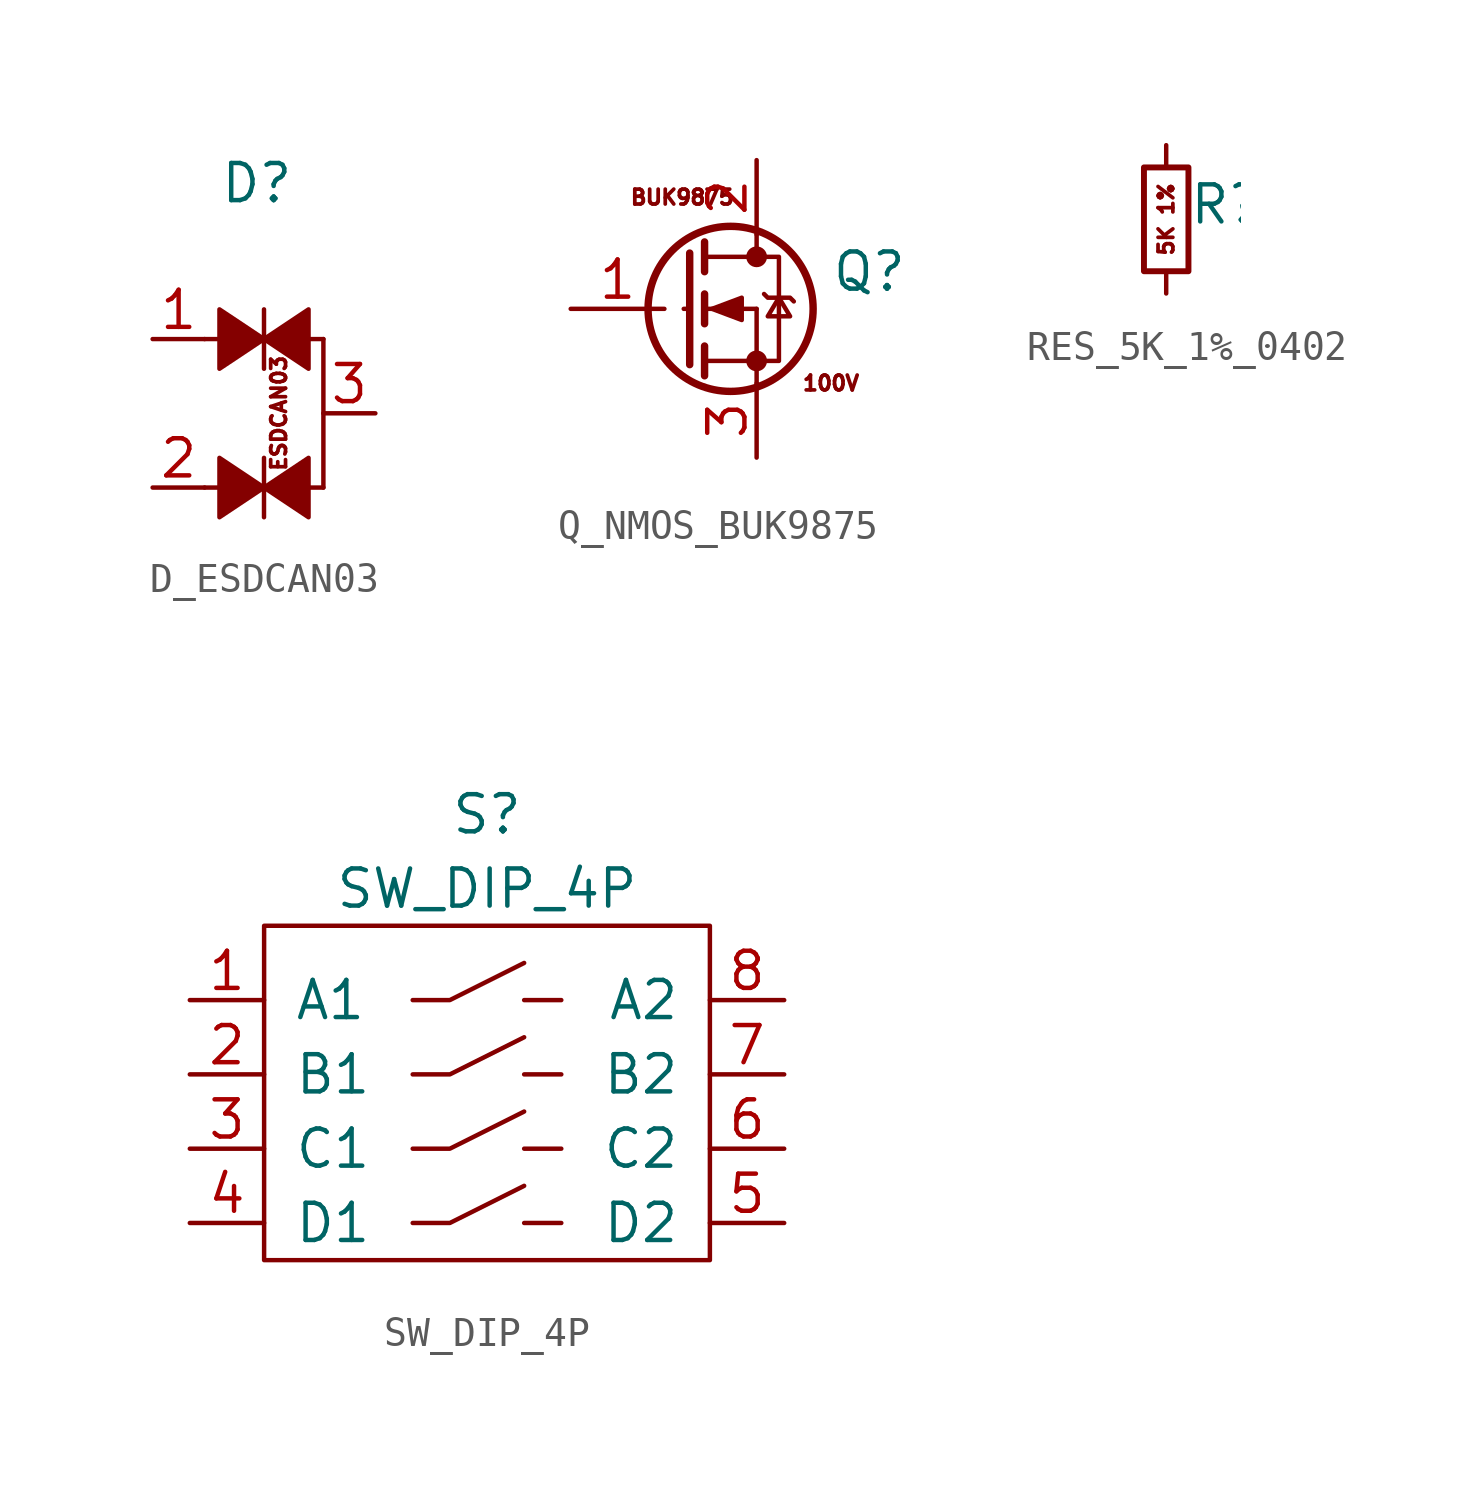
<source format=kicad_sym>
(kicad_symbol_lib
  (version 20211014)
  (generator kicad_symbol_editor)
  (symbol "D_ESDCAN03"
    (pin_names
      (offset 0.254) hide)
    (property "Reference" "D"
      (at -1.524 7.874 0)
      (effects (font (size 1.27 1.27)) (justify left)))
    (symbol "D_ESDCAN03_0_0"
      (text "ESDCAN03" (at 0.508 0 900) (effects (font (size 0.508 0.508)))))
    (symbol "D_ESDCAN03_0_1"
      (polyline (pts (xy -2.032 -2.54) (xy -1.524 -2.54)) (stroke (width 0) (type default) (color 0 0 0 0)) (fill (type none)))
      (polyline (pts (xy -2.032 2.54) (xy -1.524 2.54)) (stroke (width 0) (type default) (color 0 0 0 0)) (fill (type none)))
      (polyline (pts (xy 0 -3.556) (xy 0 -1.524)) (stroke (width 0) (type default) (color 0 0 0 0)) (fill (type none)))
      (polyline (pts (xy 0 1.524) (xy 0 3.556)) (stroke (width 0) (type default) (color 0 0 0 0)) (fill (type none)))
      (polyline (pts (xy 1.524 -2.54) (xy 2.032 -2.54)) (stroke (width 0) (type default) (color 0 0 0 0)) (fill (type none)))
      (polyline (pts (xy 2.032 2.54) (xy 1.524 2.54)) (stroke (width 0) (type default) (color 0 0 0 0)) (fill (type none)))
      (polyline (pts (xy 2.032 2.54) (xy 2.032 -2.54)) (stroke (width 0) (type default) (color 0 0 0 0)) (fill (type none)))
      (polyline (pts (xy 0 -2.54) (xy -1.524 -1.524) (xy -1.524 -3.556) (xy 0 -2.54)) (stroke (width 0) (type default) (color 0 0 0 0)) (fill (type outline)))
      (polyline (pts (xy 0 2.54) (xy -1.524 3.556) (xy -1.524 1.524) (xy 0 2.54)) (stroke (width 0) (type default) (color 0 0 0 0)) (fill (type outline)))
      (polyline (pts (xy 1.524 -3.556) (xy 0 -2.54) (xy 1.524 -1.524) (xy 1.524 -3.556)) (stroke (width 0) (type default) (color 0 0 0 0)) (fill (type outline)))
      (polyline (pts (xy 1.524 1.524) (xy 0 2.54) (xy 1.524 3.556) (xy 1.524 1.524)) (stroke (width 0) (type default) (color 0 0 0 0)) (fill (type outline))))
    (symbol "D_ESDCAN03_1_1"
      (pin passive line (at -3.81 2.54 0) (length 1.778) (name "~" (effects (font (size 1.27 1.27)))) (number "1" (effects (font (size 1.27 1.27)))))
      (pin passive line (at -3.81 -2.54 0) (length 1.778) (name "K" (effects (font (size 1.27 1.27)))) (number "2" (effects (font (size 1.27 1.27)))))
      (pin passive line (at 3.81 0 180) (length 1.778) (name "A" (effects (font (size 1.27 1.27)))) (number "3" (effects (font (size 1.27 1.27)))))))
  (symbol "Q_NMOS_BUK9875"
    (pin_names
      (offset 0) hide)
    (property "Reference" "Q"
      (at 5.08 1.27 0)
      (effects (font (size 1.27 1.27)) (justify left)))
    (symbol "Q_NMOS_BUK9875_0_0"
      (text "100V" (at 5.08 -2.54 0) (effects (font (size 0.508 0.508))))
      (text "BUK9875" (at 0 3.81 0) (effects (font (size 0.508 0.508)))))
    (symbol "Q_NMOS_BUK9875_0_1"
      (polyline (pts (xy 0.051 0) (xy 0.254 0)) (stroke (width 0) (type default) (color 0 0 0 0)) (fill (type none)))
      (polyline (pts (xy 0.762 -1.778) (xy 2.54 -1.778)) (stroke (width 0) (type default) (color 0 0 0 0)) (fill (type none)))
      (polyline (pts (xy 0.762 -1.27) (xy 0.762 -2.286)) (stroke (width 0.254) (type default) (color 0 0 0 0)) (fill (type none)))
      (polyline (pts (xy 0.762 0) (xy 2.54 0)) (stroke (width 0) (type default) (color 0 0 0 0)) (fill (type none)))
      (polyline (pts (xy 0.762 0.508) (xy 0.762 -0.508)) (stroke (width 0.254) (type default) (color 0 0 0 0)) (fill (type none)))
      (polyline (pts (xy 0.762 1.778) (xy 2.54 1.778)) (stroke (width 0) (type default) (color 0 0 0 0)) (fill (type none)))
      (polyline (pts (xy 0.762 2.286) (xy 0.762 1.27)) (stroke (width 0.254) (type default) (color 0 0 0 0)) (fill (type none)))
      (polyline (pts (xy 2.54 -1.778) (xy 2.54 -2.54)) (stroke (width 0) (type default) (color 0 0 0 0)) (fill (type none)))
      (polyline (pts (xy 2.54 -1.778) (xy 2.54 0)) (stroke (width 0) (type default) (color 0 0 0 0)) (fill (type none)))
      (polyline (pts (xy 2.54 2.54) (xy 2.54 1.778)) (stroke (width 0) (type default) (color 0 0 0 0)) (fill (type none)))
      (polyline (pts (xy 0.254 1.905) (xy 0.254 -1.905) (xy 0.254 -1.905)) (stroke (width 0.254) (type default) (color 0 0 0 0)) (fill (type none)))
      (polyline (pts (xy 1.016 0) (xy 2.032 0.381) (xy 2.032 -0.381) (xy 1.016 0)) (stroke (width 0) (type default) (color 0 0 0 0)) (fill (type outline)))
      (polyline (pts (xy 2.54 -1.778) (xy 3.302 -1.778) (xy 3.302 1.778) (xy 2.54 1.778)) (stroke (width 0) (type default) (color 0 0 0 0)) (fill (type none)))
      (polyline (pts (xy 2.794 0.508) (xy 2.921 0.381) (xy 3.683 0.381) (xy 3.81 0.254)) (stroke (width 0) (type default) (color 0 0 0 0)) (fill (type none)))
      (polyline (pts (xy 3.302 0.381) (xy 2.921 -0.254) (xy 3.683 -0.254) (xy 3.302 0.381)) (stroke (width 0) (type default) (color 0 0 0 0)) (fill (type none)))
      (circle (center 1.651 0) (radius 2.819) (stroke (width 0.254) (type default) (color 0 0 0 0)) (fill (type none)))
      (circle (center 2.54 -1.778) (radius 0.279) (stroke (width 0) (type default) (color 0 0 0 0)) (fill (type outline)))
      (circle (center 2.54 1.778) (radius 0.279) (stroke (width 0) (type default) (color 0 0 0 0)) (fill (type outline))))
    (symbol "Q_NMOS_BUK9875_1_1"
      (pin input line (at -3.81 0 0) (length 3.2) (name "G" (effects (font (size 1.27 1.27)))) (number "1" (effects (font (size 1.27 1.27)))))
      (pin passive line (at 2.54 5.08 270) (length 2.54) (name "D" (effects (font (size 1.27 1.27)))) (number "2" (effects (font (size 1.27 1.27)))))
      (pin passive line (at 2.54 -5.08 90) (length 2.54) (name "S" (effects (font (size 1.27 1.27)))) (number "3" (effects (font (size 1.27 1.27)))))
      (pin passive line (at 2.54 5.08 270) (length 2.54) hide (name "D" (effects (font (size 1.27 1.27)))) (number "4" (effects (font (size 1.27 1.27)))))))
  (symbol "RES_5K_1%_0402"
    (pin_numbers hide)
    (pin_names
      (offset 0.254) hide)
    (property "Reference" "R"
      (at 0.762 0.508 0)
      (effects (font (size 1.27 1.27)) (justify left)))
    (symbol "RES_5K_1%_0402_0_0"
      (text "5K 1%" (at 0 0 900) (effects (font (size 0.508 0.508)))))
    (symbol "RES_5K_1%_0402_0_1"
      (rectangle (start -0.762 1.778) (end 0.762 -1.778) (stroke (width 0.203) (type default) (color 0 0 0 0)) (fill (type none))))
    (symbol "RES_5K_1%_0402_1_1"
      (pin passive line (at 0 2.54 270) (length 0.762) (name "~" (effects (font (size 1.27 1.27)))) (number "1" (effects (font (size 1.27 1.27)))))
      (pin passive line (at 0 -2.54 90) (length 0.762) (name "~" (effects (font (size 1.27 1.27)))) (number "2" (effects (font (size 1.27 1.27)))))))
  (symbol "SW_DIP_4P"
    (pin_names
      (offset 1.016))
    (property "Reference" "S"
      (at 0 10.16 0)
      (effects (font (size 1.27 1.27))))
    (property "Value" "SW_DIP_4P"
      (at 0 7.62 0)
      (effects (font (size 1.27 1.27))))
    (symbol "SW_DIP_4P_0_1"
      (rectangle (start -7.62 6.35) (end 7.62 -5.08) (stroke (width 0) (type default) (color 0 0 0 0)) (fill (type none)))
      (polyline (pts (xy 1.27 -3.81) (xy 2.54 -3.81)) (stroke (width 0) (type default) (color 0 0 0 0)) (fill (type none)))
      (polyline (pts (xy 1.27 -1.27) (xy 2.54 -1.27)) (stroke (width 0) (type default) (color 0 0 0 0)) (fill (type none)))
      (polyline (pts (xy 1.27 3.81) (xy 2.54 3.81)) (stroke (width 0) (type default) (color 0 0 0 0)) (fill (type none)))
      (polyline (pts (xy 2.54 1.27) (xy 1.27 1.27)) (stroke (width 0) (type default) (color 0 0 0 0)) (fill (type none)))
      (polyline (pts (xy -2.54 -3.81) (xy -1.27 -3.81) (xy 1.27 -2.54)) (stroke (width 0) (type default) (color 0 0 0 0)) (fill (type none)))
      (polyline (pts (xy -2.54 -1.27) (xy -1.27 -1.27) (xy 1.27 0)) (stroke (width 0) (type default) (color 0 0 0 0)) (fill (type none)))
      (polyline (pts (xy -2.54 1.27) (xy -1.27 1.27) (xy 1.27 2.54)) (stroke (width 0) (type default) (color 0 0 0 0)) (fill (type none)))
      (polyline (pts (xy -2.54 3.81) (xy -1.27 3.81) (xy 1.27 5.08)) (stroke (width 0) (type default) (color 0 0 0 0)) (fill (type none))))
    (symbol "SW_DIP_4P_1_1"
      (pin passive line (at -10.16 3.81 0) (length 2.54) (name "A1" (effects (font (size 1.27 1.27)))) (number "1" (effects (font (size 1.27 1.27)))))
      (pin passive line (at -10.16 1.27 0) (length 2.54) (name "B1" (effects (font (size 1.27 1.27)))) (number "2" (effects (font (size 1.27 1.27)))))
      (pin passive line (at -10.16 -1.27 0) (length 2.54) (name "C1" (effects (font (size 1.27 1.27)))) (number "3" (effects (font (size 1.27 1.27)))))
      (pin passive line (at -10.16 -3.81 0) (length 2.54) (name "D1" (effects (font (size 1.27 1.27)))) (number "4" (effects (font (size 1.27 1.27)))))
      (pin passive line (at 10.16 -3.81 180) (length 2.54) (name "D2" (effects (font (size 1.27 1.27)))) (number "5" (effects (font (size 1.27 1.27)))))
      (pin passive line (at 10.16 -1.27 180) (length 2.54) (name "C2" (effects (font (size 1.27 1.27)))) (number "6" (effects (font (size 1.27 1.27)))))
      (pin passive line (at 10.16 1.27 180) (length 2.54) (name "B2" (effects (font (size 1.27 1.27)))) (number "7" (effects (font (size 1.27 1.27)))))
      (pin passive line (at 10.16 3.81 180) (length 2.54) (name "A2" (effects (font (size 1.27 1.27)))) (number "8" (effects (font (size 1.27 1.27))))))))
</source>
